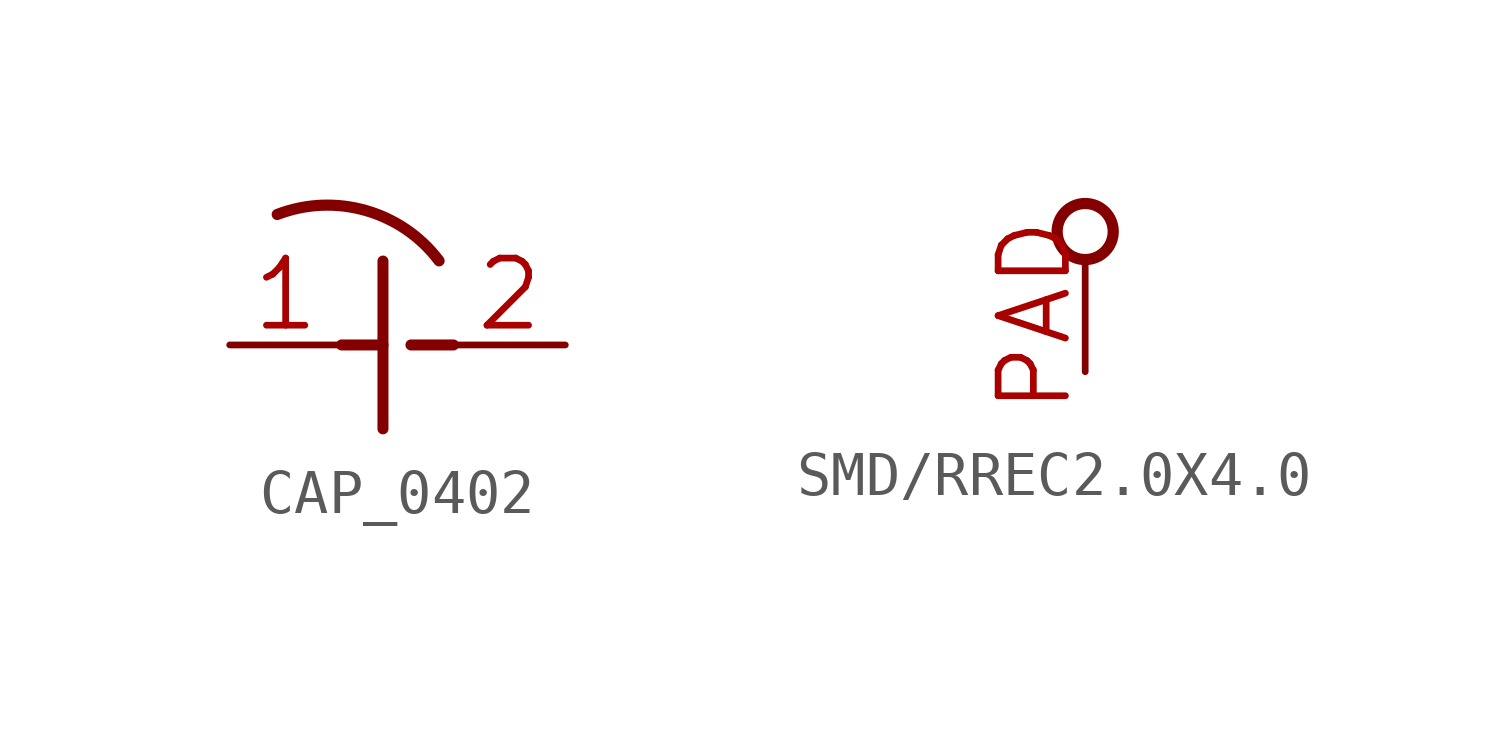
<source format=kicad_sym>
(kicad_symbol_lib
  (version 20241209)
  (generator "kicad_symbol_editor")
  (generator_version "9.0")
  (symbol "CAP_0402"
    (property "Reference" "C"
      (at 0 0 0)
      (effects (font (size 1.27 1.27)) (hide yes)))
    (property "ki_locked" ""
      (at 0 0 0)
      (effects (font (size 1.27 1.27))))
    (symbol "CAP_0402_1_0"
      (arc (start -2.7303 2.963) (mid -0.7171 3.0519) (end 0.944 1.911) (stroke (width 0.254) (type solid)) (fill (type none)))
      (polyline (pts (xy -1.27 0) (xy -0.33 0)) (stroke (width 0.25) (type solid)) (fill (type none)))
      (polyline (pts (xy -0.33 -1.905) (xy -0.33 1.905)) (stroke (width 0.25) (type solid)) (fill (type none)))
      (polyline (pts (xy 0.305 0) (xy 1.27 0)) (stroke (width 0.25) (type solid)) (fill (type none)))
      (pin passive line (at -3.81 0 0) (length 2.54) (name "1" (effects (font (size 0 0)))) (number "1" (effects (font (size 1.524 1.524)))))
      (pin passive line (at 3.81 0 180) (length 2.54) (name "2" (effects (font (size 0 0)))) (number "2" (effects (font (size 1.524 1.524)))))))
  (symbol "SMD/RREC2.0X4.0"
    (property "Reference" "DIN"
      (at 0 0 0)
      (effects (font (size 1.27 1.27)) (hide yes)))
    (property "ki_locked" ""
      (at 0 0 0)
      (effects (font (size 1.27 1.27))))
    (symbol "SMD/RREC2.0X4.0_1_0"
      (circle (center 0 0) (radius 0.635) (stroke (width 0.254) (type solid)) (fill (type none)))
      (pin passive line (at 0 -3.175 90) (length 2.54) (name "PAD" (effects (font (size 0 0)))) (number "PAD" (effects (font (size 1.524 1.524))))))))
</source>
